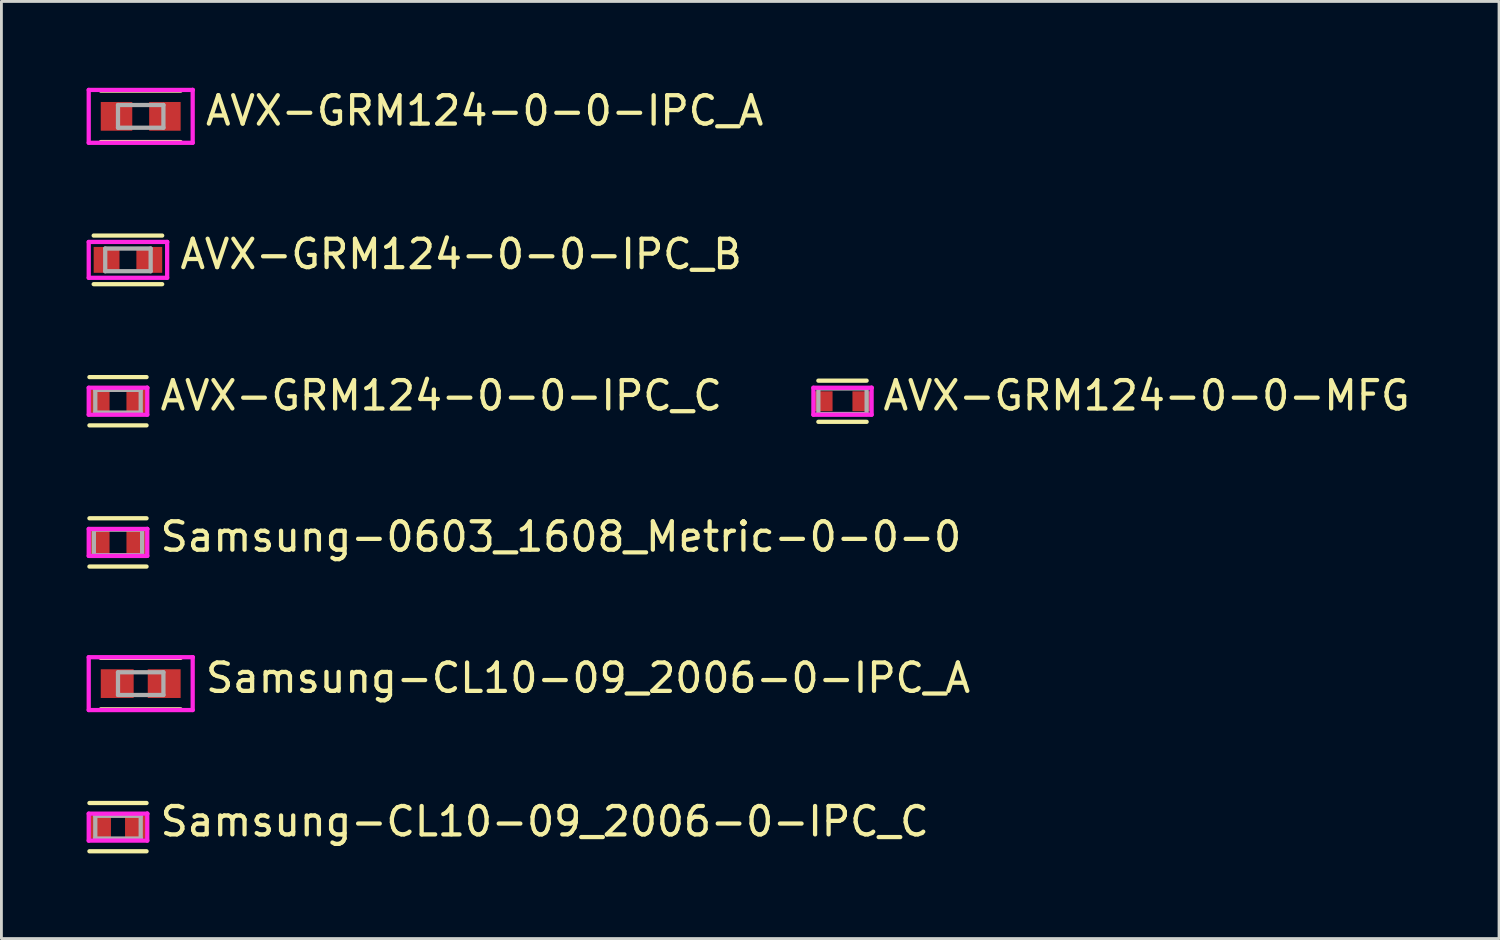
<source format=kicad_pcb>
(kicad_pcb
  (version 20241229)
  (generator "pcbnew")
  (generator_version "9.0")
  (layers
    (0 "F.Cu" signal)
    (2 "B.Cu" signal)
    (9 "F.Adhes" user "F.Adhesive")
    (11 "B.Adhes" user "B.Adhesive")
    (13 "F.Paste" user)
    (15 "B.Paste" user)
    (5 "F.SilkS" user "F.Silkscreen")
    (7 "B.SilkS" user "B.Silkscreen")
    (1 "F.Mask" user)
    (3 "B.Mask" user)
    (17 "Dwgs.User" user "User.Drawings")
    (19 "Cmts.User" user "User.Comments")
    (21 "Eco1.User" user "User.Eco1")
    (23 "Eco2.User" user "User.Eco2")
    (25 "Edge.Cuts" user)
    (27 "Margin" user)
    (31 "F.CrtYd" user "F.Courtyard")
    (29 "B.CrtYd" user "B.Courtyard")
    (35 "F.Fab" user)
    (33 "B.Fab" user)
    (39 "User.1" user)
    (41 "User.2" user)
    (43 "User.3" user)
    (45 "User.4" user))
  (footprint "AVX-GRM124-0-0-IPC_A"
    (layer "F.Cu")
    (at 1.906 1.048)
    (property "Reference" "AVX-GRM124-0-0-IPC_A" (at 2.206 -0.2 0) (layer "F.SilkS") (effects (font (size 1 1) (thickness 0.15)) (justify left)))
    (attr through_hole)
    (fp_line (start -1.406 -0.906) (end 1.406 -0.906) (stroke (width 0.15) (type solid)) (layer "F.SilkS"))
    (fp_line (start -1.406 0.906) (end 1.406 0.906) (stroke (width 0.15) (type solid)) (layer "F.SilkS"))
    (fp_line (start -1.831 -0.931) (end -1.831 0.931) (stroke (width 0.15) (type solid)) (layer "F.CrtYd"))
    (fp_line (start -1.831 0.931) (end 1.831 0.931) (stroke (width 0.15) (type solid)) (layer "F.CrtYd"))
    (fp_line (start 1.831 -0.931) (end -1.831 -0.931) (stroke (width 0.15) (type solid)) (layer "F.CrtYd"))
    (fp_line (start 1.831 -0.931) (end 1.831 -0.931) (stroke (width 0.15) (type solid)) (layer "F.CrtYd"))
    (fp_line (start 1.831 0.931) (end 1.831 -0.931) (stroke (width 0.15) (type solid)) (layer "F.CrtYd"))
    (fp_line (start -0.8 -0.4) (end 0.8 -0.4) (stroke (width 0.15) (type solid)) (layer "F.Fab"))
    (fp_line (start -0.8 0.4) (end -0.8 -0.4) (stroke (width 0.15) (type solid)) (layer "F.Fab"))
    (fp_line (start 0.8 -0.4) (end 0.8 0.4) (stroke (width 0.15) (type solid)) (layer "F.Fab"))
    (fp_line (start 0.8 0.4) (end -0.8 0.4) (stroke (width 0.15) (type solid)) (layer "F.Fab"))
    (pad "1" smd rect (at -0.852 0) (size 1.109 1.012) (layers "F.Cu" "F.Mask" "F.Paste"))
    (pad "2" smd rect (at 0.852 0) (size 1.109 1.012) (layers "F.Cu" "F.Mask" "F.Paste")))
  (footprint "Samsung-0603_1608_Metric-0-0-0"
    (layer "F.Cu")
    (at 1.106 16.055)
    (property "Reference" "Samsung-0603_1608_Metric-0-0-0" (at 1.406 -0.2 0) (layer "F.SilkS") (effects (font (size 1 1) (thickness 0.15)) (justify left)))
    (attr smd)
    (fp_line (start -1.006 -0.85) (end 1.006 -0.85) (stroke (width 0.15) (type solid)) (layer "F.SilkS"))
    (fp_line (start -1.006 0.85) (end 1.006 0.85) (stroke (width 0.15) (type solid)) (layer "F.SilkS"))
    (fp_line (start -1.031 -0.475) (end -1.031 0.475) (stroke (width 0.15) (type solid)) (layer "F.CrtYd"))
    (fp_line (start -1.031 0.475) (end 1.031 0.475) (stroke (width 0.15) (type solid)) (layer "F.CrtYd"))
    (fp_line (start 1.031 -0.475) (end -1.031 -0.475) (stroke (width 0.15) (type solid)) (layer "F.CrtYd"))
    (fp_line (start 1.031 -0.475) (end 1.031 -0.475) (stroke (width 0.15) (type solid)) (layer "F.CrtYd"))
    (fp_line (start 1.031 0.475) (end 1.031 -0.475) (stroke (width 0.15) (type solid)) (layer "F.CrtYd"))
    (fp_line (start -0.85 -0.45) (end 0.85 -0.45) (stroke (width 0.15) (type solid)) (layer "F.Fab"))
    (fp_line (start -0.85 0.45) (end -0.85 -0.45) (stroke (width 0.15) (type solid)) (layer "F.Fab"))
    (fp_line (start 0.85 -0.45) (end 0.85 0.45) (stroke (width 0.15) (type solid)) (layer "F.Fab"))
    (fp_line (start 0.85 0.45) (end -0.85 0.45) (stroke (width 0.15) (type solid)) (layer "F.Fab"))
    (pad "1" smd rect (at -0.652 0) (size 0.708 0.812) (layers "F.Cu" "F.Mask" "F.Paste"))
    (pad "2" smd rect (at 0.652 0) (size 0.708 0.812) (layers "F.Cu" "F.Mask" "F.Paste")))
  (footprint "Samsung-CL10-09_2006-0-IPC_A"
    (layer "F.Cu")
    (at 1.906 21.028)
    (property "Reference" "Samsung-CL10-09_2006-0-IPC_A" (at 2.206 -0.2 0) (layer "F.SilkS") (effects (font (size 1 1) (thickness 0.15)) (justify left)))
    (attr through_hole)
    (fp_line (start -1.406 -0.906) (end 1.406 -0.906) (stroke (width 0.15) (type solid)) (layer "F.SilkS"))
    (fp_line (start -1.406 0.906) (end 1.406 0.906) (stroke (width 0.15) (type solid)) (layer "F.SilkS"))
    (fp_line (start -1.831 -0.931) (end -1.831 0.931) (stroke (width 0.15) (type solid)) (layer "F.CrtYd"))
    (fp_line (start -1.831 0.931) (end 1.831 0.931) (stroke (width 0.15) (type solid)) (layer "F.CrtYd"))
    (fp_line (start 1.831 -0.931) (end -1.831 -0.931) (stroke (width 0.15) (type solid)) (layer "F.CrtYd"))
    (fp_line (start 1.831 -0.931) (end 1.831 -0.931) (stroke (width 0.15) (type solid)) (layer "F.CrtYd"))
    (fp_line (start 1.831 0.931) (end 1.831 -0.931) (stroke (width 0.15) (type solid)) (layer "F.CrtYd"))
    (fp_line (start -0.8 -0.4) (end 0.8 -0.4) (stroke (width 0.15) (type solid)) (layer "F.Fab"))
    (fp_line (start -0.8 0.4) (end -0.8 -0.4) (stroke (width 0.15) (type solid)) (layer "F.Fab"))
    (fp_line (start 0.8 -0.4) (end 0.8 0.4) (stroke (width 0.15) (type solid)) (layer "F.Fab"))
    (fp_line (start 0.8 0.4) (end -0.8 0.4) (stroke (width 0.15) (type solid)) (layer "F.Fab"))
    (pad "1" smd rect (at -0.827 0) (size 1.158 1.012) (layers "F.Cu" "F.Mask" "F.Paste"))
    (pad "2" smd rect (at 0.827 0) (size 1.158 1.012) (layers "F.Cu" "F.Mask" "F.Paste")))
  (footprint "AVX-GRM124-0-0-MFG"
    (layer "F.Cu")
    (at 26.624 11.082)
    (property "Reference" "AVX-GRM124-0-0-MFG" (at 1.35 -0.2 0) (layer "F.SilkS") (effects (font (size 1 1) (thickness 0.15)) (justify left)))
    (attr through_hole)
    (fp_line (start -0.85 -0.725) (end 0.85 -0.725) (stroke (width 0.15) (type solid)) (layer "F.SilkS"))
    (fp_line (start -0.85 0.725) (end 0.85 0.725) (stroke (width 0.15) (type solid)) (layer "F.SilkS"))
    (fp_line (start -1.025 -0.475) (end -1.025 0.475) (stroke (width 0.15) (type solid)) (layer "F.CrtYd"))
    (fp_line (start -1.025 0.475) (end 1.025 0.475) (stroke (width 0.15) (type solid)) (layer "F.CrtYd"))
    (fp_line (start 1.025 -0.475) (end -1.025 -0.475) (stroke (width 0.15) (type solid)) (layer "F.CrtYd"))
    (fp_line (start 1.025 -0.475) (end 1.025 -0.475) (stroke (width 0.15) (type solid)) (layer "F.CrtYd"))
    (fp_line (start 1.025 0.475) (end 1.025 -0.475) (stroke (width 0.15) (type solid)) (layer "F.CrtYd"))
    (fp_line (start -0.85 -0.45) (end 0.85 -0.45) (stroke (width 0.15) (type solid)) (layer "F.Fab"))
    (fp_line (start -0.85 0.45) (end -0.85 -0.45) (stroke (width 0.15) (type solid)) (layer "F.Fab"))
    (fp_line (start 0.85 -0.45) (end 0.85 0.45) (stroke (width 0.15) (type solid)) (layer "F.Fab"))
    (fp_line (start 0.85 0.45) (end -0.85 0.45) (stroke (width 0.15) (type solid)) (layer "F.Fab"))
    (pad "1" smd rect (at -0.675 0) (size 0.65 0.7) (layers "F.Cu" "F.Mask" "F.Paste"))
    (pad "2" smd rect (at 0.675 0) (size 0.65 0.7) (layers "F.Cu" "F.Mask" "F.Paste")))
  (footprint "Samsung-CL10-09_2006-0-IPC_C"
    (layer "F.Cu")
    (at 1.106 26.083)
    (property "Reference" "Samsung-CL10-09_2006-0-IPC_C" (at 1.406 -0.2 0) (layer "F.SilkS") (effects (font (size 1 1) (thickness 0.15)) (justify left)))
    (attr smd)
    (fp_line (start -1.006 -0.85) (end 1.006 -0.85) (stroke (width 0.15) (type solid)) (layer "F.SilkS"))
    (fp_line (start -1.006 0.85) (end 1.006 0.85) (stroke (width 0.15) (type solid)) (layer "F.SilkS"))
    (fp_line (start -1.031 -0.475) (end -1.031 0.475) (stroke (width 0.15) (type solid)) (layer "F.CrtYd"))
    (fp_line (start -1.031 0.475) (end 1.031 0.475) (stroke (width 0.15) (type solid)) (layer "F.CrtYd"))
    (fp_line (start 1.031 -0.475) (end -1.031 -0.475) (stroke (width 0.15) (type solid)) (layer "F.CrtYd"))
    (fp_line (start 1.031 -0.475) (end 1.031 -0.475) (stroke (width 0.15) (type solid)) (layer "F.CrtYd"))
    (fp_line (start 1.031 0.475) (end 1.031 -0.475) (stroke (width 0.15) (type solid)) (layer "F.CrtYd"))
    (fp_line (start -0.8 -0.4) (end 0.8 -0.4) (stroke (width 0.15) (type solid)) (layer "F.Fab"))
    (fp_line (start -0.8 0.4) (end -0.8 -0.4) (stroke (width 0.15) (type solid)) (layer "F.Fab"))
    (fp_line (start 0.8 -0.4) (end 0.8 0.4) (stroke (width 0.15) (type solid)) (layer "F.Fab"))
    (fp_line (start 0.8 0.4) (end -0.8 0.4) (stroke (width 0.15) (type solid)) (layer "F.Fab"))
    (pad "1" smd rect (at -0.627 0) (size 0.758 0.812) (layers "F.Cu" "F.Mask" "F.Paste"))
    (pad "2" smd rect (at 0.627 0) (size 0.758 0.812) (layers "F.Cu" "F.Mask" "F.Paste")))
  (footprint "AVX-GRM124-0-0-IPC_C"
    (layer "F.Cu")
    (at 1.106 11.082)
    (property "Reference" "AVX-GRM124-0-0-IPC_C" (at 1.406 -0.2 0) (layer "F.SilkS") (effects (font (size 1 1) (thickness 0.15)) (justify left)))
    (attr through_hole)
    (fp_line (start -1.006 -0.85) (end 1.006 -0.85) (stroke (width 0.15) (type solid)) (layer "F.SilkS"))
    (fp_line (start -1.006 0.85) (end 1.006 0.85) (stroke (width 0.15) (type solid)) (layer "F.SilkS"))
    (fp_line (start -1.031 -0.475) (end -1.031 0.475) (stroke (width 0.15) (type solid)) (layer "F.CrtYd"))
    (fp_line (start -1.031 0.475) (end 1.031 0.475) (stroke (width 0.15) (type solid)) (layer "F.CrtYd"))
    (fp_line (start 1.031 -0.475) (end -1.031 -0.475) (stroke (width 0.15) (type solid)) (layer "F.CrtYd"))
    (fp_line (start 1.031 -0.475) (end 1.031 -0.475) (stroke (width 0.15) (type solid)) (layer "F.CrtYd"))
    (fp_line (start 1.031 0.475) (end 1.031 -0.475) (stroke (width 0.15) (type solid)) (layer "F.CrtYd"))
    (fp_line (start -0.8 -0.4) (end 0.8 -0.4) (stroke (width 0.15) (type solid)) (layer "F.Fab"))
    (fp_line (start -0.8 0.4) (end -0.8 -0.4) (stroke (width 0.15) (type solid)) (layer "F.Fab"))
    (fp_line (start 0.8 -0.4) (end 0.8 0.4) (stroke (width 0.15) (type solid)) (layer "F.Fab"))
    (fp_line (start 0.8 0.4) (end -0.8 0.4) (stroke (width 0.15) (type solid)) (layer "F.Fab"))
    (pad "1" smd rect (at -0.652 0) (size 0.709 0.812) (layers "F.Cu" "F.Mask" "F.Paste"))
    (pad "2" smd rect (at 0.652 0) (size 0.709 0.812) (layers "F.Cu" "F.Mask" "F.Paste")))
  (footprint "AVX-GRM124-0-0-IPC_B"
    (layer "F.Cu")
    (at 1.456 6.103)
    (property "Reference" "AVX-GRM124-0-0-IPC_B" (at 1.756 -0.2 0) (layer "F.SilkS") (effects (font (size 1 1) (thickness 0.15)) (justify left)))
    (attr through_hole)
    (fp_line (start -1.206 -0.856) (end 1.206 -0.856) (stroke (width 0.15) (type solid)) (layer "F.SilkS"))
    (fp_line (start -1.206 0.856) (end 1.206 0.856) (stroke (width 0.15) (type solid)) (layer "F.SilkS"))
    (fp_line (start -1.381 -0.631) (end -1.381 0.631) (stroke (width 0.15) (type solid)) (layer "F.CrtYd"))
    (fp_line (start -1.381 0.631) (end 1.381 0.631) (stroke (width 0.15) (type solid)) (layer "F.CrtYd"))
    (fp_line (start 1.381 -0.631) (end -1.381 -0.631) (stroke (width 0.15) (type solid)) (layer "F.CrtYd"))
    (fp_line (start 1.381 -0.631) (end 1.381 -0.631) (stroke (width 0.15) (type solid)) (layer "F.CrtYd"))
    (fp_line (start 1.381 0.631) (end 1.381 -0.631) (stroke (width 0.15) (type solid)) (layer "F.CrtYd"))
    (fp_line (start -0.8 -0.4) (end 0.8 -0.4) (stroke (width 0.15) (type solid)) (layer "F.Fab"))
    (fp_line (start -0.8 0.4) (end -0.8 -0.4) (stroke (width 0.15) (type solid)) (layer "F.Fab"))
    (fp_line (start 0.8 -0.4) (end 0.8 0.4) (stroke (width 0.15) (type solid)) (layer "F.Fab"))
    (fp_line (start 0.8 0.4) (end -0.8 0.4) (stroke (width 0.15) (type solid)) (layer "F.Fab"))
    (pad "1" smd rect (at -0.752 0) (size 0.909 0.912) (layers "F.Cu" "F.Mask" "F.Paste"))
    (pad "2" smd rect (at 0.752 0) (size 0.909 0.912) (layers "F.Cu" "F.Mask" "F.Paste")))
  (gr_rect
    (start -3 -3)
    (end 49.748 30.008)
    (stroke (width 0.1) (type default))
    (fill no)
    (layer "Edge.Cuts")))
</source>
